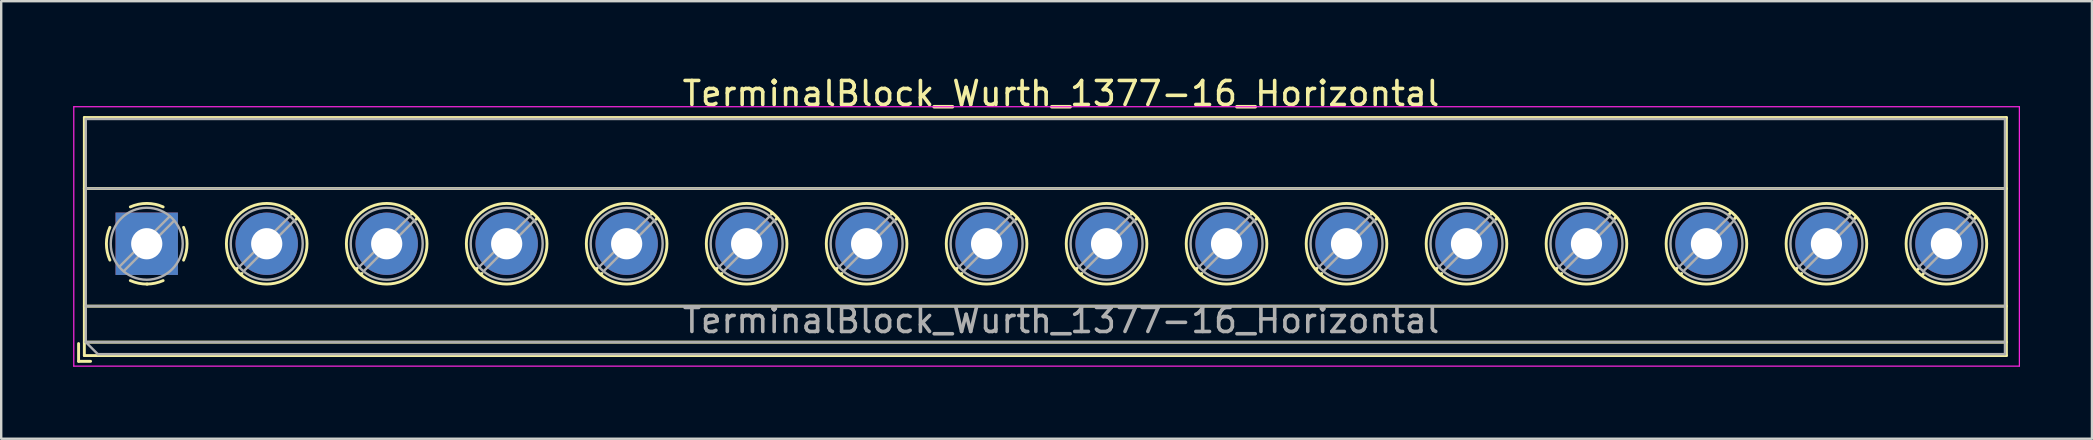
<source format=kicad_pcb>
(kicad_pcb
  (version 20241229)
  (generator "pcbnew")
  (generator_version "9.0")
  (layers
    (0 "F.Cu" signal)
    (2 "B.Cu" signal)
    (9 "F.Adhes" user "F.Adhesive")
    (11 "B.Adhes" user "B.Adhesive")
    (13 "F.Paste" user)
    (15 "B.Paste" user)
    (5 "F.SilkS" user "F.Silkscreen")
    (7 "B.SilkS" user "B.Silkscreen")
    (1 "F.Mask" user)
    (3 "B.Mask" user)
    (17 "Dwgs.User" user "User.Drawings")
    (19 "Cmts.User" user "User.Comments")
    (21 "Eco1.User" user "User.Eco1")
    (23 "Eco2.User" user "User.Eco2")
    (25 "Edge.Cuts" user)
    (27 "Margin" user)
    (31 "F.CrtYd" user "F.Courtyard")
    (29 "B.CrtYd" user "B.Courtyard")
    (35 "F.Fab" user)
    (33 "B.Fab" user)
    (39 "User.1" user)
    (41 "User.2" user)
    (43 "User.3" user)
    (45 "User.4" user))
  (footprint "TerminalBlock_Wurth_1377-16_Horizontal"
    (layer "F.Cu")
    (at 3.065 7.108)
    (property "Reference" "TerminalBlock_Wurth_1377-16_Horizontal" (at 38.1 -6.26 0) (layer "F.SilkS") (effects (font (size 1 1) (thickness 0.15))))
    (attr through_hole)
    (fp_line (start -2.84 4.16) (end -2.84 4.9) (stroke (width 0.12) (type solid)) (layer "F.SilkS"))
    (fp_line (start -2.84 4.9) (end -2.34 4.9) (stroke (width 0.12) (type solid)) (layer "F.SilkS"))
    (fp_line (start -2.6 -5.261) (end -2.6 4.66) (stroke (width 0.12) (type solid)) (layer "F.SilkS"))
    (fp_line (start -2.6 -5.261) (end 77.5 -5.261) (stroke (width 0.12) (type solid)) (layer "F.SilkS"))
    (fp_line (start -2.6 -2.301) (end 77.5 -2.301) (stroke (width 0.12) (type solid)) (layer "F.SilkS"))
    (fp_line (start -2.6 2.6) (end 77.5 2.6) (stroke (width 0.12) (type solid)) (layer "F.SilkS"))
    (fp_line (start -2.6 4.1) (end 77.5 4.1) (stroke (width 0.12) (type solid)) (layer "F.SilkS"))
    (fp_line (start -2.6 4.66) (end 77.5 4.66) (stroke (width 0.12) (type solid)) (layer "F.SilkS"))
    (fp_line (start 3.773 1.023) (end 3.726 1.069) (stroke (width 0.12) (type solid)) (layer "F.SilkS"))
    (fp_line (start 3.966 1.239) (end 3.931 1.274) (stroke (width 0.12) (type solid)) (layer "F.SilkS"))
    (fp_line (start 6.07 -1.275) (end 6.035 -1.239) (stroke (width 0.12) (type solid)) (layer "F.SilkS"))
    (fp_line (start 6.275 -1.069) (end 6.228 -1.023) (stroke (width 0.12) (type solid)) (layer "F.SilkS"))
    (fp_line (start 8.773 1.023) (end 8.726 1.069) (stroke (width 0.12) (type solid)) (layer "F.SilkS"))
    (fp_line (start 8.966 1.239) (end 8.931 1.274) (stroke (width 0.12) (type solid)) (layer "F.SilkS"))
    (fp_line (start 11.07 -1.275) (end 11.035 -1.239) (stroke (width 0.12) (type solid)) (layer "F.SilkS"))
    (fp_line (start 11.275 -1.069) (end 11.228 -1.023) (stroke (width 0.12) (type solid)) (layer "F.SilkS"))
    (fp_line (start 13.773 1.023) (end 13.726 1.069) (stroke (width 0.12) (type solid)) (layer "F.SilkS"))
    (fp_line (start 13.966 1.239) (end 13.931 1.274) (stroke (width 0.12) (type solid)) (layer "F.SilkS"))
    (fp_line (start 16.07 -1.275) (end 16.035 -1.239) (stroke (width 0.12) (type solid)) (layer "F.SilkS"))
    (fp_line (start 16.275 -1.069) (end 16.228 -1.023) (stroke (width 0.12) (type solid)) (layer "F.SilkS"))
    (fp_line (start 18.773 1.023) (end 18.726 1.069) (stroke (width 0.12) (type solid)) (layer "F.SilkS"))
    (fp_line (start 18.966 1.239) (end 18.931 1.274) (stroke (width 0.12) (type solid)) (layer "F.SilkS"))
    (fp_line (start 21.07 -1.275) (end 21.035 -1.239) (stroke (width 0.12) (type solid)) (layer "F.SilkS"))
    (fp_line (start 21.275 -1.069) (end 21.228 -1.023) (stroke (width 0.12) (type solid)) (layer "F.SilkS"))
    (fp_line (start 23.773 1.023) (end 23.726 1.069) (stroke (width 0.12) (type solid)) (layer "F.SilkS"))
    (fp_line (start 23.966 1.239) (end 23.931 1.274) (stroke (width 0.12) (type solid)) (layer "F.SilkS"))
    (fp_line (start 26.07 -1.275) (end 26.035 -1.239) (stroke (width 0.12) (type solid)) (layer "F.SilkS"))
    (fp_line (start 26.275 -1.069) (end 26.228 -1.023) (stroke (width 0.12) (type solid)) (layer "F.SilkS"))
    (fp_line (start 28.773 1.023) (end 28.726 1.069) (stroke (width 0.12) (type solid)) (layer "F.SilkS"))
    (fp_line (start 28.966 1.239) (end 28.931 1.274) (stroke (width 0.12) (type solid)) (layer "F.SilkS"))
    (fp_line (start 31.07 -1.275) (end 31.035 -1.239) (stroke (width 0.12) (type solid)) (layer "F.SilkS"))
    (fp_line (start 31.275 -1.069) (end 31.228 -1.023) (stroke (width 0.12) (type solid)) (layer "F.SilkS"))
    (fp_line (start 33.773 1.023) (end 33.726 1.069) (stroke (width 0.12) (type solid)) (layer "F.SilkS"))
    (fp_line (start 33.966 1.239) (end 33.931 1.274) (stroke (width 0.12) (type solid)) (layer "F.SilkS"))
    (fp_line (start 36.07 -1.275) (end 36.035 -1.239) (stroke (width 0.12) (type solid)) (layer "F.SilkS"))
    (fp_line (start 36.275 -1.069) (end 36.228 -1.023) (stroke (width 0.12) (type solid)) (layer "F.SilkS"))
    (fp_line (start 38.773 1.023) (end 38.726 1.069) (stroke (width 0.12) (type solid)) (layer "F.SilkS"))
    (fp_line (start 38.966 1.239) (end 38.931 1.274) (stroke (width 0.12) (type solid)) (layer "F.SilkS"))
    (fp_line (start 41.07 -1.275) (end 41.035 -1.239) (stroke (width 0.12) (type solid)) (layer "F.SilkS"))
    (fp_line (start 41.275 -1.069) (end 41.228 -1.023) (stroke (width 0.12) (type solid)) (layer "F.SilkS"))
    (fp_line (start 43.773 1.023) (end 43.726 1.069) (stroke (width 0.12) (type solid)) (layer "F.SilkS"))
    (fp_line (start 43.966 1.239) (end 43.931 1.274) (stroke (width 0.12) (type solid)) (layer "F.SilkS"))
    (fp_line (start 46.07 -1.275) (end 46.035 -1.239) (stroke (width 0.12) (type solid)) (layer "F.SilkS"))
    (fp_line (start 46.275 -1.069) (end 46.228 -1.023) (stroke (width 0.12) (type solid)) (layer "F.SilkS"))
    (fp_line (start 48.773 1.023) (end 48.726 1.069) (stroke (width 0.12) (type solid)) (layer "F.SilkS"))
    (fp_line (start 48.966 1.239) (end 48.931 1.274) (stroke (width 0.12) (type solid)) (layer "F.SilkS"))
    (fp_line (start 51.07 -1.275) (end 51.035 -1.239) (stroke (width 0.12) (type solid)) (layer "F.SilkS"))
    (fp_line (start 51.275 -1.069) (end 51.228 -1.023) (stroke (width 0.12) (type solid)) (layer "F.SilkS"))
    (fp_line (start 53.773 1.023) (end 53.726 1.069) (stroke (width 0.12) (type solid)) (layer "F.SilkS"))
    (fp_line (start 53.966 1.239) (end 53.931 1.274) (stroke (width 0.12) (type solid)) (layer "F.SilkS"))
    (fp_line (start 56.07 -1.275) (end 56.035 -1.239) (stroke (width 0.12) (type solid)) (layer "F.SilkS"))
    (fp_line (start 56.275 -1.069) (end 56.228 -1.023) (stroke (width 0.12) (type solid)) (layer "F.SilkS"))
    (fp_line (start 58.773 1.023) (end 58.726 1.069) (stroke (width 0.12) (type solid)) (layer "F.SilkS"))
    (fp_line (start 58.966 1.239) (end 58.931 1.274) (stroke (width 0.12) (type solid)) (layer "F.SilkS"))
    (fp_line (start 60.99 -1.275) (end 60.955 -1.239) (stroke (width 0.12) (type solid)) (layer "F.SilkS"))
    (fp_line (start 61.195 -1.069) (end 61.148 -1.023) (stroke (width 0.12) (type solid)) (layer "F.SilkS"))
    (fp_line (start 63.773 1.023) (end 63.726 1.069) (stroke (width 0.12) (type solid)) (layer "F.SilkS"))
    (fp_line (start 63.966 1.239) (end 63.931 1.274) (stroke (width 0.12) (type solid)) (layer "F.SilkS"))
    (fp_line (start 65.99 -1.275) (end 65.955 -1.239) (stroke (width 0.12) (type solid)) (layer "F.SilkS"))
    (fp_line (start 66.195 -1.069) (end 66.148 -1.023) (stroke (width 0.12) (type solid)) (layer "F.SilkS"))
    (fp_line (start 68.773 1.023) (end 68.726 1.069) (stroke (width 0.12) (type solid)) (layer "F.SilkS"))
    (fp_line (start 68.966 1.239) (end 68.931 1.274) (stroke (width 0.12) (type solid)) (layer "F.SilkS"))
    (fp_line (start 70.99 -1.275) (end 70.955 -1.239) (stroke (width 0.12) (type solid)) (layer "F.SilkS"))
    (fp_line (start 71.195 -1.069) (end 71.148 -1.023) (stroke (width 0.12) (type solid)) (layer "F.SilkS"))
    (fp_line (start 73.853 1.023) (end 73.806 1.069) (stroke (width 0.12) (type solid)) (layer "F.SilkS"))
    (fp_line (start 74.046 1.239) (end 74.011 1.274) (stroke (width 0.12) (type solid)) (layer "F.SilkS"))
    (fp_line (start 75.99 -1.275) (end 75.955 -1.239) (stroke (width 0.12) (type solid)) (layer "F.SilkS"))
    (fp_line (start 76.195 -1.069) (end 76.148 -1.023) (stroke (width 0.12) (type solid)) (layer "F.SilkS"))
    (fp_line (start 77.5 -5.261) (end 77.5 4.66) (stroke (width 0.12) (type solid)) (layer "F.SilkS"))
    (fp_arc (start -1.535427 0.683042) (mid -1.680501 -0.000524) (end -1.535 -0.684) (stroke (width 0.12) (type solid)) (layer "F.SilkS"))
    (fp_arc (start -0.683042 -1.535427) (mid 0.000524 -1.680501) (end 0.684 -1.535) (stroke (width 0.12) (type solid)) (layer "F.SilkS"))
    (fp_arc (start 0.028805 1.680253) (mid -0.335551 1.646659) (end -0.684 1.535) (stroke (width 0.12) (type solid)) (layer "F.SilkS"))
    (fp_arc (start 0.683318 1.534756) (mid 0.349292 1.643288) (end 0 1.68) (stroke (width 0.12) (type solid)) (layer "F.SilkS"))
    (fp_arc (start 1.535427 -0.683042) (mid 1.680501 0.000524) (end 1.535 0.684) (stroke (width 0.12) (type solid)) (layer "F.SilkS"))
    (fp_circle (center 5 0) (end 6.68 0) (stroke (width 0.12) (type solid)) (fill no) (layer "F.SilkS"))
    (fp_circle (center 10 0) (end 11.68 0) (stroke (width 0.12) (type solid)) (fill no) (layer "F.SilkS"))
    (fp_circle (center 15 0) (end 16.68 0) (stroke (width 0.12) (type solid)) (fill no) (layer "F.SilkS"))
    (fp_circle (center 20 0) (end 21.68 0) (stroke (width 0.12) (type solid)) (fill no) (layer "F.SilkS"))
    (fp_circle (center 25 0) (end 26.68 0) (stroke (width 0.12) (type solid)) (fill no) (layer "F.SilkS"))
    (fp_circle (center 30 0) (end 31.68 0) (stroke (width 0.12) (type solid)) (fill no) (layer "F.SilkS"))
    (fp_circle (center 35 0) (end 36.68 0) (stroke (width 0.12) (type solid)) (fill no) (layer "F.SilkS"))
    (fp_circle (center 40 0) (end 41.68 0) (stroke (width 0.12) (type solid)) (fill no) (layer "F.SilkS"))
    (fp_circle (center 45 0) (end 46.68 0) (stroke (width 0.12) (type solid)) (fill no) (layer "F.SilkS"))
    (fp_circle (center 50 0) (end 51.68 0) (stroke (width 0.12) (type solid)) (fill no) (layer "F.SilkS"))
    (fp_circle (center 55 0) (end 56.68 0) (stroke (width 0.12) (type solid)) (fill no) (layer "F.SilkS"))
    (fp_circle (center 60 0) (end 61.68 0) (stroke (width 0.12) (type solid)) (fill no) (layer "F.SilkS"))
    (fp_circle (center 65 0) (end 66.68 0) (stroke (width 0.12) (type solid)) (fill no) (layer "F.SilkS"))
    (fp_circle (center 70 0) (end 71.68 0) (stroke (width 0.12) (type solid)) (fill no) (layer "F.SilkS"))
    (fp_circle (center 75 0) (end 76.68 0) (stroke (width 0.12) (type solid)) (fill no) (layer "F.SilkS"))
    (fp_line (start -3.04 -5.71) (end -3.04 5.1) (stroke (width 0.05) (type solid)) (layer "F.CrtYd"))
    (fp_line (start -3.04 5.1) (end 78.04 5.1) (stroke (width 0.05) (type solid)) (layer "F.CrtYd"))
    (fp_line (start 78.04 -5.71) (end -3.04 -5.71) (stroke (width 0.05) (type solid)) (layer "F.CrtYd"))
    (fp_line (start 78.04 5.1) (end 78.04 -5.71) (stroke (width 0.05) (type solid)) (layer "F.CrtYd"))
    (fp_line (start -2.54 -5.2) (end 77.44 -5.2) (stroke (width 0.1) (type solid)) (layer "F.Fab"))
    (fp_line (start -2.54 -2.3) (end 77.4 -2.3) (stroke (width 0.1) (type solid)) (layer "F.Fab"))
    (fp_line (start -2.54 2.6) (end 77.4 2.6) (stroke (width 0.1) (type solid)) (layer "F.Fab"))
    (fp_line (start -2.54 4.1) (end -2.54 -5.2) (stroke (width 0.1) (type solid)) (layer "F.Fab"))
    (fp_line (start -2.54 4.1) (end 77.4 4.1) (stroke (width 0.1) (type solid)) (layer "F.Fab"))
    (fp_line (start -2.04 4.6) (end -2.54 4.1) (stroke (width 0.1) (type solid)) (layer "F.Fab"))
    (fp_line (start 0.955 -1.138) (end -1.138 0.955) (stroke (width 0.1) (type solid)) (layer "F.Fab"))
    (fp_line (start 1.138 -0.955) (end -0.955 1.138) (stroke (width 0.1) (type solid)) (layer "F.Fab"))
    (fp_line (start 5.955 -1.138) (end 3.863 0.955) (stroke (width 0.1) (type solid)) (layer "F.Fab"))
    (fp_line (start 6.138 -0.955) (end 4.046 1.138) (stroke (width 0.1) (type solid)) (layer "F.Fab"))
    (fp_line (start 10.955 -1.138) (end 8.863 0.955) (stroke (width 0.1) (type solid)) (layer "F.Fab"))
    (fp_line (start 11.138 -0.955) (end 9.046 1.138) (stroke (width 0.1) (type solid)) (layer "F.Fab"))
    (fp_line (start 15.955 -1.138) (end 13.863 0.955) (stroke (width 0.1) (type solid)) (layer "F.Fab"))
    (fp_line (start 16.138 -0.955) (end 14.046 1.138) (stroke (width 0.1) (type solid)) (layer "F.Fab"))
    (fp_line (start 20.955 -1.138) (end 18.863 0.955) (stroke (width 0.1) (type solid)) (layer "F.Fab"))
    (fp_line (start 21.138 -0.955) (end 19.046 1.138) (stroke (width 0.1) (type solid)) (layer "F.Fab"))
    (fp_line (start 25.955 -1.138) (end 23.863 0.955) (stroke (width 0.1) (type solid)) (layer "F.Fab"))
    (fp_line (start 26.138 -0.955) (end 24.046 1.138) (stroke (width 0.1) (type solid)) (layer "F.Fab"))
    (fp_line (start 30.955 -1.138) (end 28.863 0.955) (stroke (width 0.1) (type solid)) (layer "F.Fab"))
    (fp_line (start 31.138 -0.955) (end 29.046 1.138) (stroke (width 0.1) (type solid)) (layer "F.Fab"))
    (fp_line (start 35.955 -1.138) (end 33.863 0.955) (stroke (width 0.1) (type solid)) (layer "F.Fab"))
    (fp_line (start 36.138 -0.955) (end 34.046 1.138) (stroke (width 0.1) (type solid)) (layer "F.Fab"))
    (fp_line (start 40.955 -1.138) (end 38.863 0.955) (stroke (width 0.1) (type solid)) (layer "F.Fab"))
    (fp_line (start 41.138 -0.955) (end 39.046 1.138) (stroke (width 0.1) (type solid)) (layer "F.Fab"))
    (fp_line (start 45.955 -1.138) (end 43.863 0.955) (stroke (width 0.1) (type solid)) (layer "F.Fab"))
    (fp_line (start 46.138 -0.955) (end 44.046 1.138) (stroke (width 0.1) (type solid)) (layer "F.Fab"))
    (fp_line (start 50.955 -1.138) (end 48.863 0.955) (stroke (width 0.1) (type solid)) (layer "F.Fab"))
    (fp_line (start 51.138 -0.955) (end 49.046 1.138) (stroke (width 0.1) (type solid)) (layer "F.Fab"))
    (fp_line (start 55.955 -1.138) (end 53.863 0.955) (stroke (width 0.1) (type solid)) (layer "F.Fab"))
    (fp_line (start 56.138 -0.955) (end 54.046 1.138) (stroke (width 0.1) (type solid)) (layer "F.Fab"))
    (fp_line (start 60.955 -1.138) (end 58.863 0.955) (stroke (width 0.1) (type solid)) (layer "F.Fab"))
    (fp_line (start 61.138 -0.955) (end 59.046 1.138) (stroke (width 0.1) (type solid)) (layer "F.Fab"))
    (fp_line (start 65.955 -1.138) (end 63.863 0.955) (stroke (width 0.1) (type solid)) (layer "F.Fab"))
    (fp_line (start 66.138 -0.955) (end 64.046 1.138) (stroke (width 0.1) (type solid)) (layer "F.Fab"))
    (fp_line (start 70.955 -1.138) (end 68.863 0.955) (stroke (width 0.1) (type solid)) (layer "F.Fab"))
    (fp_line (start 71.138 -0.955) (end 69.046 1.138) (stroke (width 0.1) (type solid)) (layer "F.Fab"))
    (fp_line (start 75.955 -1.138) (end 73.863 0.955) (stroke (width 0.1) (type solid)) (layer "F.Fab"))
    (fp_line (start 76.138 -0.955) (end 74.046 1.138) (stroke (width 0.1) (type solid)) (layer "F.Fab"))
    (fp_line (start 77.44 -5.2) (end 77.44 4.6) (stroke (width 0.1) (type solid)) (layer "F.Fab"))
    (fp_line (start 77.44 4.6) (end -2.04 4.6) (stroke (width 0.1) (type solid)) (layer "F.Fab"))
    (fp_circle (center 0 0) (end 1.5 0) (stroke (width 0.1) (type solid)) (fill no) (layer "F.Fab"))
    (fp_circle (center 5 0) (end 6.5 0) (stroke (width 0.1) (type solid)) (fill no) (layer "F.Fab"))
    (fp_circle (center 10 0) (end 11.5 0) (stroke (width 0.1) (type solid)) (fill no) (layer "F.Fab"))
    (fp_circle (center 15 0) (end 16.5 0) (stroke (width 0.1) (type solid)) (fill no) (layer "F.Fab"))
    (fp_circle (center 20 0) (end 21.5 0) (stroke (width 0.1) (type solid)) (fill no) (layer "F.Fab"))
    (fp_circle (center 25 0) (end 26.5 0) (stroke (width 0.1) (type solid)) (fill no) (layer "F.Fab"))
    (fp_circle (center 30 0) (end 31.5 0) (stroke (width 0.1) (type solid)) (fill no) (layer "F.Fab"))
    (fp_circle (center 35 0) (end 36.5 0) (stroke (width 0.1) (type solid)) (fill no) (layer "F.Fab"))
    (fp_circle (center 40 0) (end 41.5 0) (stroke (width 0.1) (type solid)) (fill no) (layer "F.Fab"))
    (fp_circle (center 45 0) (end 46.5 0) (stroke (width 0.1) (type solid)) (fill no) (layer "F.Fab"))
    (fp_circle (center 50 0) (end 51.5 0) (stroke (width 0.1) (type solid)) (fill no) (layer "F.Fab"))
    (fp_circle (center 55 0) (end 56.5 0) (stroke (width 0.1) (type solid)) (fill no) (layer "F.Fab"))
    (fp_circle (center 60 0) (end 61.5 0) (stroke (width 0.1) (type solid)) (fill no) (layer "F.Fab"))
    (fp_circle (center 65 0) (end 66.5 0) (stroke (width 0.1) (type solid)) (fill no) (layer "F.Fab"))
    (fp_circle (center 70 0) (end 71.5 0) (stroke (width 0.1) (type solid)) (fill no) (layer "F.Fab"))
    (fp_circle (center 75 0) (end 76.5 0) (stroke (width 0.1) (type solid)) (fill no) (layer "F.Fab"))
    (fp_text user "${REFERENCE}" (at 38.1 3.2 0) (layer "F.Fab") (effects (font (size 1 1) (thickness 0.15))))
    (pad "1" thru_hole rect (at 0 0) (size 2.6 2.6) (drill 1.3) (layers "*.Cu" "*.Mask"))
    (pad "2" thru_hole circle (at 5 0) (size 2.6 2.6) (drill 1.3) (layers "*.Cu" "*.Mask"))
    (pad "3" thru_hole circle (at 10 0) (size 2.6 2.6) (drill 1.3) (layers "*.Cu" "*.Mask"))
    (pad "4" thru_hole circle (at 15 0) (size 2.6 2.6) (drill 1.3) (layers "*.Cu" "*.Mask"))
    (pad "5" thru_hole circle (at 20 0) (size 2.6 2.6) (drill 1.3) (layers "*.Cu" "*.Mask"))
    (pad "6" thru_hole circle (at 25 0) (size 2.6 2.6) (drill 1.3) (layers "*.Cu" "*.Mask"))
    (pad "7" thru_hole circle (at 30 0) (size 2.6 2.6) (drill 1.3) (layers "*.Cu" "*.Mask"))
    (pad "8" thru_hole circle (at 35 0) (size 2.6 2.6) (drill 1.3) (layers "*.Cu" "*.Mask"))
    (pad "9" thru_hole circle (at 40 0) (size 2.6 2.6) (drill 1.3) (layers "*.Cu" "*.Mask"))
    (pad "10" thru_hole circle (at 45 0) (size 2.6 2.6) (drill 1.3) (layers "*.Cu" "*.Mask"))
    (pad "11" thru_hole circle (at 50 0) (size 2.6 2.6) (drill 1.3) (layers "*.Cu" "*.Mask"))
    (pad "12" thru_hole circle (at 55 0) (size 2.6 2.6) (drill 1.3) (layers "*.Cu" "*.Mask"))
    (pad "13" thru_hole circle (at 60 0) (size 2.6 2.6) (drill 1.3) (layers "*.Cu" "*.Mask"))
    (pad "14" thru_hole circle (at 65 0) (size 2.6 2.6) (drill 1.3) (layers "*.Cu" "*.Mask"))
    (pad "15" thru_hole circle (at 70 0) (size 2.6 2.6) (drill 1.3) (layers "*.Cu" "*.Mask"))
    (pad "16" thru_hole circle (at 75 0) (size 2.6 2.6) (drill 1.3) (layers "*.Cu" "*.Mask")))
  (gr_rect
    (start -3 -3)
    (end 84.13 15.233)
    (stroke (width 0.1) (type default))
    (fill no)
    (layer "Edge.Cuts")))
</source>
